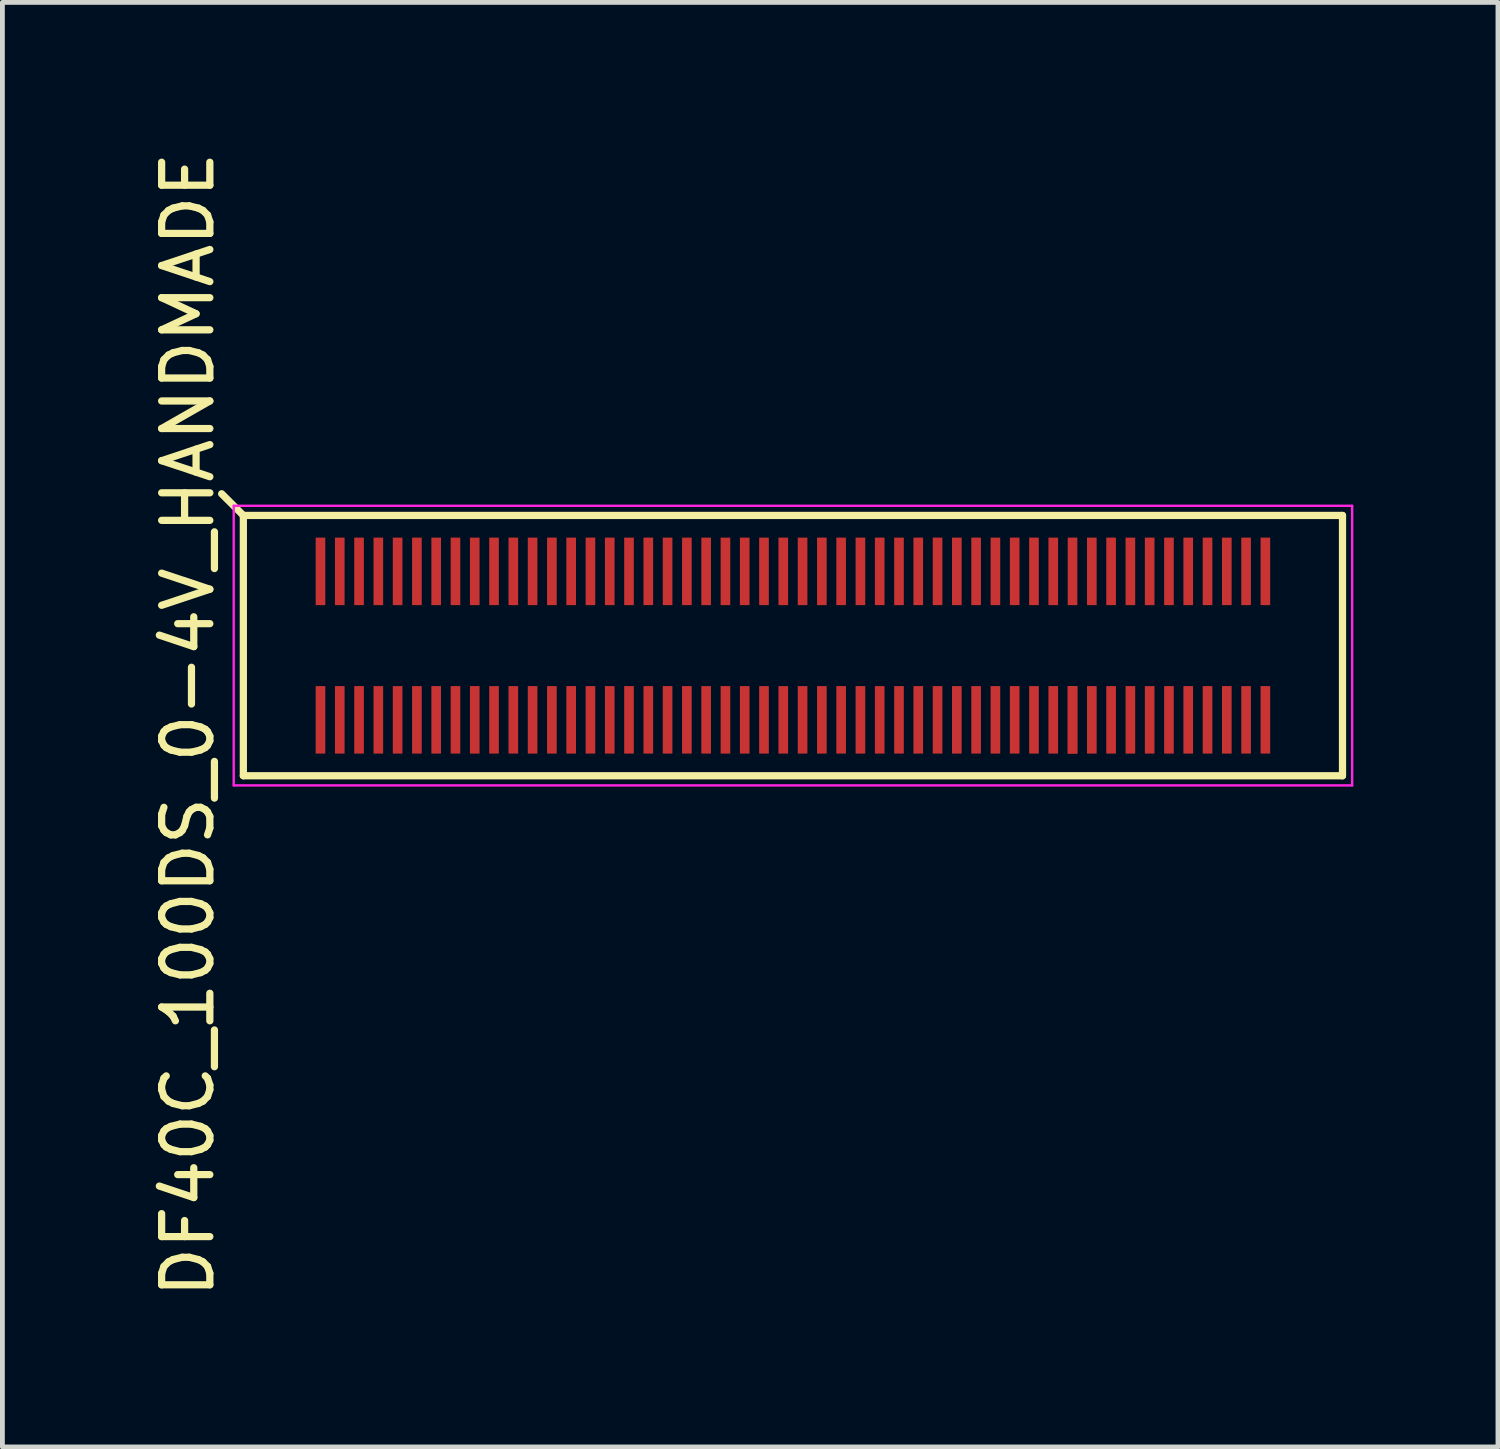
<source format=kicad_pcb>
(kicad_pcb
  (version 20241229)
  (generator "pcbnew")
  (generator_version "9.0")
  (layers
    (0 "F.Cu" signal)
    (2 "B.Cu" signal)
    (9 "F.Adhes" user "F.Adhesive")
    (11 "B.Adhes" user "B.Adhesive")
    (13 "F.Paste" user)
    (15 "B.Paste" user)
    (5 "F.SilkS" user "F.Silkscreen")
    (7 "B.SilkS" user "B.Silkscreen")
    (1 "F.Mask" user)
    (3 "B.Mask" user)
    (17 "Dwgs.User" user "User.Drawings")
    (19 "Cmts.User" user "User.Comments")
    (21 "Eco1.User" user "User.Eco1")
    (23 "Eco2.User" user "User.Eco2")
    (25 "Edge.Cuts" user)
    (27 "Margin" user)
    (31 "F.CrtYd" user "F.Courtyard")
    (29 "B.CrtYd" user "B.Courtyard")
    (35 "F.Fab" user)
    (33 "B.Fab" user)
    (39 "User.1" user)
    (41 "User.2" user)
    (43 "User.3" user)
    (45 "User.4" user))
  (footprint "DF40C_100DS_0-4V_HANDMADE"
    (layer "F.Cu")
    (at 13.398 10.342)
    (property "Reference" "DF40C_100DS_0-4V_HANDMADE" (at -12.55 1.64 90) (layer "F.SilkS") (effects (font (size 1 1) (thickness 0.15))))
    (attr smd)
    (fp_line (start -11.4 -2.7) (end -11.85 -3.15) (stroke (width 0.15) (type solid)) (layer "F.SilkS"))
    (fp_line (start -11.4 -2.7) (end -11.4 2.7) (stroke (width 0.15) (type solid)) (layer "F.SilkS"))
    (fp_line (start -11.4 -2.7) (end 11.4 -2.7) (stroke (width 0.15) (type solid)) (layer "F.SilkS"))
    (fp_line (start -11.4 2.7) (end 11.4 2.7) (stroke (width 0.15) (type solid)) (layer "F.SilkS"))
    (fp_line (start 11.4 -2.7) (end 11.4 2.7) (stroke (width 0.15) (type solid)) (layer "F.SilkS"))
    (fp_line (start -11.6 -2.9) (end -11.6 2.9) (stroke (width 0.05) (type solid)) (layer "F.CrtYd"))
    (fp_line (start -11.6 -2.9) (end 11.6 -2.9) (stroke (width 0.05) (type solid)) (layer "F.CrtYd"))
    (fp_line (start -11.6 2.9) (end 11.6 2.9) (stroke (width 0.05) (type solid)) (layer "F.CrtYd"))
    (fp_line (start 11.6 -2.9) (end 11.6 2.9) (stroke (width 0.05) (type solid)) (layer "F.CrtYd"))
    (pad "1" smd rect (at -9.8 -1.54) (size 0.2 1.4) (layers "F.Cu" "F.Mask" "F.Paste"))
    (pad "2" smd rect (at -9.8 1.54) (size 0.2 1.4) (layers "F.Cu" "F.Mask" "F.Paste"))
    (pad "3" smd rect (at -9.4 -1.54) (size 0.2 1.4) (layers "F.Cu" "F.Mask" "F.Paste"))
    (pad "4" smd rect (at -9.4 1.54) (size 0.2 1.4) (layers "F.Cu" "F.Mask" "F.Paste"))
    (pad "5" smd rect (at -9 -1.54) (size 0.2 1.4) (layers "F.Cu" "F.Mask" "F.Paste"))
    (pad "6" smd rect (at -9 1.54) (size 0.2 1.4) (layers "F.Cu" "F.Mask" "F.Paste"))
    (pad "7" smd rect (at -8.6 -1.54) (size 0.2 1.4) (layers "F.Cu" "F.Mask" "F.Paste"))
    (pad "8" smd rect (at -8.6 1.54) (size 0.2 1.4) (layers "F.Cu" "F.Mask" "F.Paste"))
    (pad "9" smd rect (at -8.2 -1.54) (size 0.2 1.4) (layers "F.Cu" "F.Mask" "F.Paste"))
    (pad "10" smd rect (at -8.2 1.54) (size 0.2 1.4) (layers "F.Cu" "F.Mask" "F.Paste"))
    (pad "11" smd rect (at -7.8 -1.54) (size 0.2 1.4) (layers "F.Cu" "F.Mask" "F.Paste"))
    (pad "12" smd rect (at -7.8 1.54) (size 0.2 1.4) (layers "F.Cu" "F.Mask" "F.Paste"))
    (pad "13" smd rect (at -7.4 -1.54) (size 0.2 1.4) (layers "F.Cu" "F.Mask" "F.Paste"))
    (pad "14" smd rect (at -7.4 1.54) (size 0.2 1.4) (layers "F.Cu" "F.Mask" "F.Paste"))
    (pad "15" smd rect (at -7 -1.54) (size 0.2 1.4) (layers "F.Cu" "F.Mask" "F.Paste"))
    (pad "16" smd rect (at -7 1.54) (size 0.2 1.4) (layers "F.Cu" "F.Mask" "F.Paste"))
    (pad "17" smd rect (at -6.6 -1.54) (size 0.2 1.4) (layers "F.Cu" "F.Mask" "F.Paste"))
    (pad "18" smd rect (at -6.6 1.54) (size 0.2 1.4) (layers "F.Cu" "F.Mask" "F.Paste"))
    (pad "19" smd rect (at -6.2 -1.54) (size 0.2 1.4) (layers "F.Cu" "F.Mask" "F.Paste"))
    (pad "20" smd rect (at -6.2 1.54) (size 0.2 1.4) (layers "F.Cu" "F.Mask" "F.Paste"))
    (pad "21" smd rect (at -5.8 -1.54) (size 0.2 1.4) (layers "F.Cu" "F.Mask" "F.Paste"))
    (pad "22" smd rect (at -5.8 1.54) (size 0.2 1.4) (layers "F.Cu" "F.Mask" "F.Paste"))
    (pad "23" smd rect (at -5.4 -1.54) (size 0.2 1.4) (layers "F.Cu" "F.Mask" "F.Paste"))
    (pad "24" smd rect (at -5.4 1.54) (size 0.2 1.4) (layers "F.Cu" "F.Mask" "F.Paste"))
    (pad "25" smd rect (at -5 -1.54) (size 0.2 1.4) (layers "F.Cu" "F.Mask" "F.Paste"))
    (pad "26" smd rect (at -5 1.54) (size 0.2 1.4) (layers "F.Cu" "F.Mask" "F.Paste"))
    (pad "27" smd rect (at -4.6 -1.54) (size 0.2 1.4) (layers "F.Cu" "F.Mask" "F.Paste"))
    (pad "28" smd rect (at -4.6 1.54) (size 0.2 1.4) (layers "F.Cu" "F.Mask" "F.Paste"))
    (pad "29" smd rect (at -4.2 -1.54) (size 0.2 1.4) (layers "F.Cu" "F.Mask" "F.Paste"))
    (pad "30" smd rect (at -4.2 1.54) (size 0.2 1.4) (layers "F.Cu" "F.Mask" "F.Paste"))
    (pad "31" smd rect (at -3.8 -1.54) (size 0.2 1.4) (layers "F.Cu" "F.Mask" "F.Paste"))
    (pad "32" smd rect (at -3.8 1.54) (size 0.2 1.4) (layers "F.Cu" "F.Mask" "F.Paste"))
    (pad "33" smd rect (at -3.4 -1.54) (size 0.2 1.4) (layers "F.Cu" "F.Mask" "F.Paste"))
    (pad "34" smd rect (at -3.4 1.54) (size 0.2 1.4) (layers "F.Cu" "F.Mask" "F.Paste"))
    (pad "35" smd rect (at -3 -1.54) (size 0.2 1.4) (layers "F.Cu" "F.Mask" "F.Paste"))
    (pad "36" smd rect (at -3 1.54) (size 0.2 1.4) (layers "F.Cu" "F.Mask" "F.Paste"))
    (pad "37" smd rect (at -2.6 -1.54) (size 0.2 1.4) (layers "F.Cu" "F.Mask" "F.Paste"))
    (pad "38" smd rect (at -2.6 1.54) (size 0.2 1.4) (layers "F.Cu" "F.Mask" "F.Paste"))
    (pad "39" smd rect (at -2.2 -1.54) (size 0.2 1.4) (layers "F.Cu" "F.Mask" "F.Paste"))
    (pad "40" smd rect (at -2.2 1.54) (size 0.2 1.4) (layers "F.Cu" "F.Mask" "F.Paste"))
    (pad "41" smd rect (at -1.8 -1.54) (size 0.2 1.4) (layers "F.Cu" "F.Mask" "F.Paste"))
    (pad "42" smd rect (at -1.8 1.54) (size 0.2 1.4) (layers "F.Cu" "F.Mask" "F.Paste"))
    (pad "43" smd rect (at -1.4 -1.54) (size 0.2 1.4) (layers "F.Cu" "F.Mask" "F.Paste"))
    (pad "44" smd rect (at -1.4 1.54) (size 0.2 1.4) (layers "F.Cu" "F.Mask" "F.Paste"))
    (pad "45" smd rect (at -1 -1.54) (size 0.2 1.4) (layers "F.Cu" "F.Mask" "F.Paste"))
    (pad "46" smd rect (at -1 1.54) (size 0.2 1.4) (layers "F.Cu" "F.Mask" "F.Paste"))
    (pad "47" smd rect (at -0.6 -1.54) (size 0.2 1.4) (layers "F.Cu" "F.Mask" "F.Paste"))
    (pad "48" smd rect (at -0.6 1.54) (size 0.2 1.4) (layers "F.Cu" "F.Mask" "F.Paste"))
    (pad "49" smd rect (at -0.2 -1.54) (size 0.2 1.4) (layers "F.Cu" "F.Mask" "F.Paste"))
    (pad "50" smd rect (at -0.2 1.54) (size 0.2 1.4) (layers "F.Cu" "F.Mask" "F.Paste"))
    (pad "51" smd rect (at 0.2 -1.54) (size 0.2 1.4) (layers "F.Cu" "F.Mask" "F.Paste"))
    (pad "52" smd rect (at 0.2 1.54) (size 0.2 1.4) (layers "F.Cu" "F.Mask" "F.Paste"))
    (pad "53" smd rect (at 0.6 -1.54) (size 0.2 1.4) (layers "F.Cu" "F.Mask" "F.Paste"))
    (pad "54" smd rect (at 0.6 1.54) (size 0.2 1.4) (layers "F.Cu" "F.Mask" "F.Paste"))
    (pad "55" smd rect (at 1 -1.54) (size 0.2 1.4) (layers "F.Cu" "F.Mask" "F.Paste"))
    (pad "56" smd rect (at 1 1.54) (size 0.2 1.4) (layers "F.Cu" "F.Mask" "F.Paste"))
    (pad "57" smd rect (at 1.4 -1.54) (size 0.2 1.4) (layers "F.Cu" "F.Mask" "F.Paste"))
    (pad "58" smd rect (at 1.4 1.54) (size 0.2 1.4) (layers "F.Cu" "F.Mask" "F.Paste"))
    (pad "59" smd rect (at 1.8 -1.54) (size 0.2 1.4) (layers "F.Cu" "F.Mask" "F.Paste"))
    (pad "60" smd rect (at 1.8 1.54) (size 0.2 1.4) (layers "F.Cu" "F.Mask" "F.Paste"))
    (pad "61" smd rect (at 2.2 -1.54) (size 0.2 1.4) (layers "F.Cu" "F.Mask" "F.Paste"))
    (pad "62" smd rect (at 2.2 1.54) (size 0.2 1.4) (layers "F.Cu" "F.Mask" "F.Paste"))
    (pad "63" smd rect (at 2.6 -1.54) (size 0.2 1.4) (layers "F.Cu" "F.Mask" "F.Paste"))
    (pad "64" smd rect (at 2.6 1.54) (size 0.2 1.4) (layers "F.Cu" "F.Mask" "F.Paste"))
    (pad "65" smd rect (at 3 -1.54) (size 0.2 1.4) (layers "F.Cu" "F.Mask" "F.Paste"))
    (pad "66" smd rect (at 3 1.54) (size 0.2 1.4) (layers "F.Cu" "F.Mask" "F.Paste"))
    (pad "67" smd rect (at 3.4 -1.54) (size 0.2 1.4) (layers "F.Cu" "F.Mask" "F.Paste"))
    (pad "68" smd rect (at 3.4 1.54) (size 0.2 1.4) (layers "F.Cu" "F.Mask" "F.Paste"))
    (pad "69" smd rect (at 3.8 -1.54) (size 0.2 1.4) (layers "F.Cu" "F.Mask" "F.Paste"))
    (pad "70" smd rect (at 3.8 1.54) (size 0.2 1.4) (layers "F.Cu" "F.Mask" "F.Paste"))
    (pad "71" smd rect (at 4.2 -1.54) (size 0.2 1.4) (layers "F.Cu" "F.Mask" "F.Paste"))
    (pad "72" smd rect (at 4.2 1.54) (size 0.2 1.4) (layers "F.Cu" "F.Mask" "F.Paste"))
    (pad "73" smd rect (at 4.6 -1.54) (size 0.2 1.4) (layers "F.Cu" "F.Mask" "F.Paste"))
    (pad "74" smd rect (at 4.6 1.54) (size 0.2 1.4) (layers "F.Cu" "F.Mask" "F.Paste"))
    (pad "75" smd rect (at 5 -1.54) (size 0.2 1.4) (layers "F.Cu" "F.Mask" "F.Paste"))
    (pad "76" smd rect (at 5 1.54) (size 0.2 1.4) (layers "F.Cu" "F.Mask" "F.Paste"))
    (pad "77" smd rect (at 5.4 -1.54) (size 0.2 1.4) (layers "F.Cu" "F.Mask" "F.Paste"))
    (pad "78" smd rect (at 5.4 1.54) (size 0.2 1.4) (layers "F.Cu" "F.Mask" "F.Paste"))
    (pad "79" smd rect (at 5.8 -1.54) (size 0.2 1.4) (layers "F.Cu" "F.Mask" "F.Paste"))
    (pad "80" smd rect (at 5.8 1.54) (size 0.2 1.4) (layers "F.Cu" "F.Mask" "F.Paste"))
    (pad "80" smd rect (at 5.8 1.54) (size 0.2 1.4) (layers "F.Cu" "F.Mask" "F.Paste"))
    (pad "81" smd rect (at 6.2 -1.54) (size 0.2 1.4) (layers "F.Cu" "F.Mask" "F.Paste"))
    (pad "82" smd rect (at 6.2 1.54) (size 0.2 1.4) (layers "F.Cu" "F.Mask" "F.Paste"))
    (pad "83" smd rect (at 6.6 -1.54) (size 0.2 1.4) (layers "F.Cu" "F.Mask" "F.Paste"))
    (pad "84" smd rect (at 6.6 1.54) (size 0.2 1.4) (layers "F.Cu" "F.Mask" "F.Paste"))
    (pad "85" smd rect (at 7 -1.54) (size 0.2 1.4) (layers "F.Cu" "F.Mask" "F.Paste"))
    (pad "86" smd rect (at 7 1.54) (size 0.2 1.4) (layers "F.Cu" "F.Mask" "F.Paste"))
    (pad "87" smd rect (at 7.4 -1.54) (size 0.2 1.4) (layers "F.Cu" "F.Mask" "F.Paste"))
    (pad "88" smd rect (at 7.4 1.54) (size 0.2 1.4) (layers "F.Cu" "F.Mask" "F.Paste"))
    (pad "89" smd rect (at 7.8 -1.54) (size 0.2 1.4) (layers "F.Cu" "F.Mask" "F.Paste"))
    (pad "90" smd rect (at 7.8 1.54) (size 0.2 1.4) (layers "F.Cu" "F.Mask" "F.Paste"))
    (pad "91" smd rect (at 8.2 -1.54) (size 0.2 1.4) (layers "F.Cu" "F.Mask" "F.Paste"))
    (pad "92" smd rect (at 8.2 1.54) (size 0.2 1.4) (layers "F.Cu" "F.Mask" "F.Paste"))
    (pad "93" smd rect (at 8.6 -1.54) (size 0.2 1.4) (layers "F.Cu" "F.Mask" "F.Paste"))
    (pad "94" smd rect (at 8.6 1.54) (size 0.2 1.4) (layers "F.Cu" "F.Mask" "F.Paste"))
    (pad "95" smd rect (at 9 -1.54) (size 0.2 1.4) (layers "F.Cu" "F.Mask" "F.Paste"))
    (pad "96" smd rect (at 9 1.54) (size 0.2 1.4) (layers "F.Cu" "F.Mask" "F.Paste"))
    (pad "97" smd rect (at 9.4 -1.54) (size 0.2 1.4) (layers "F.Cu" "F.Mask" "F.Paste"))
    (pad "98" smd rect (at 9.4 1.54) (size 0.2 1.4) (layers "F.Cu" "F.Mask" "F.Paste"))
    (pad "99" smd rect (at 9.8 -1.54) (size 0.2 1.4) (layers "F.Cu" "F.Mask" "F.Paste"))
    (pad "100" smd rect (at 9.8 1.54) (size 0.2 1.4) (layers "F.Cu" "F.Mask" "F.Paste")))
  (gr_rect
    (start -3 -3)
    (end 28.023 26.964)
    (stroke (width 0.1) (type default))
    (fill no)
    (layer "Edge.Cuts")))
</source>
